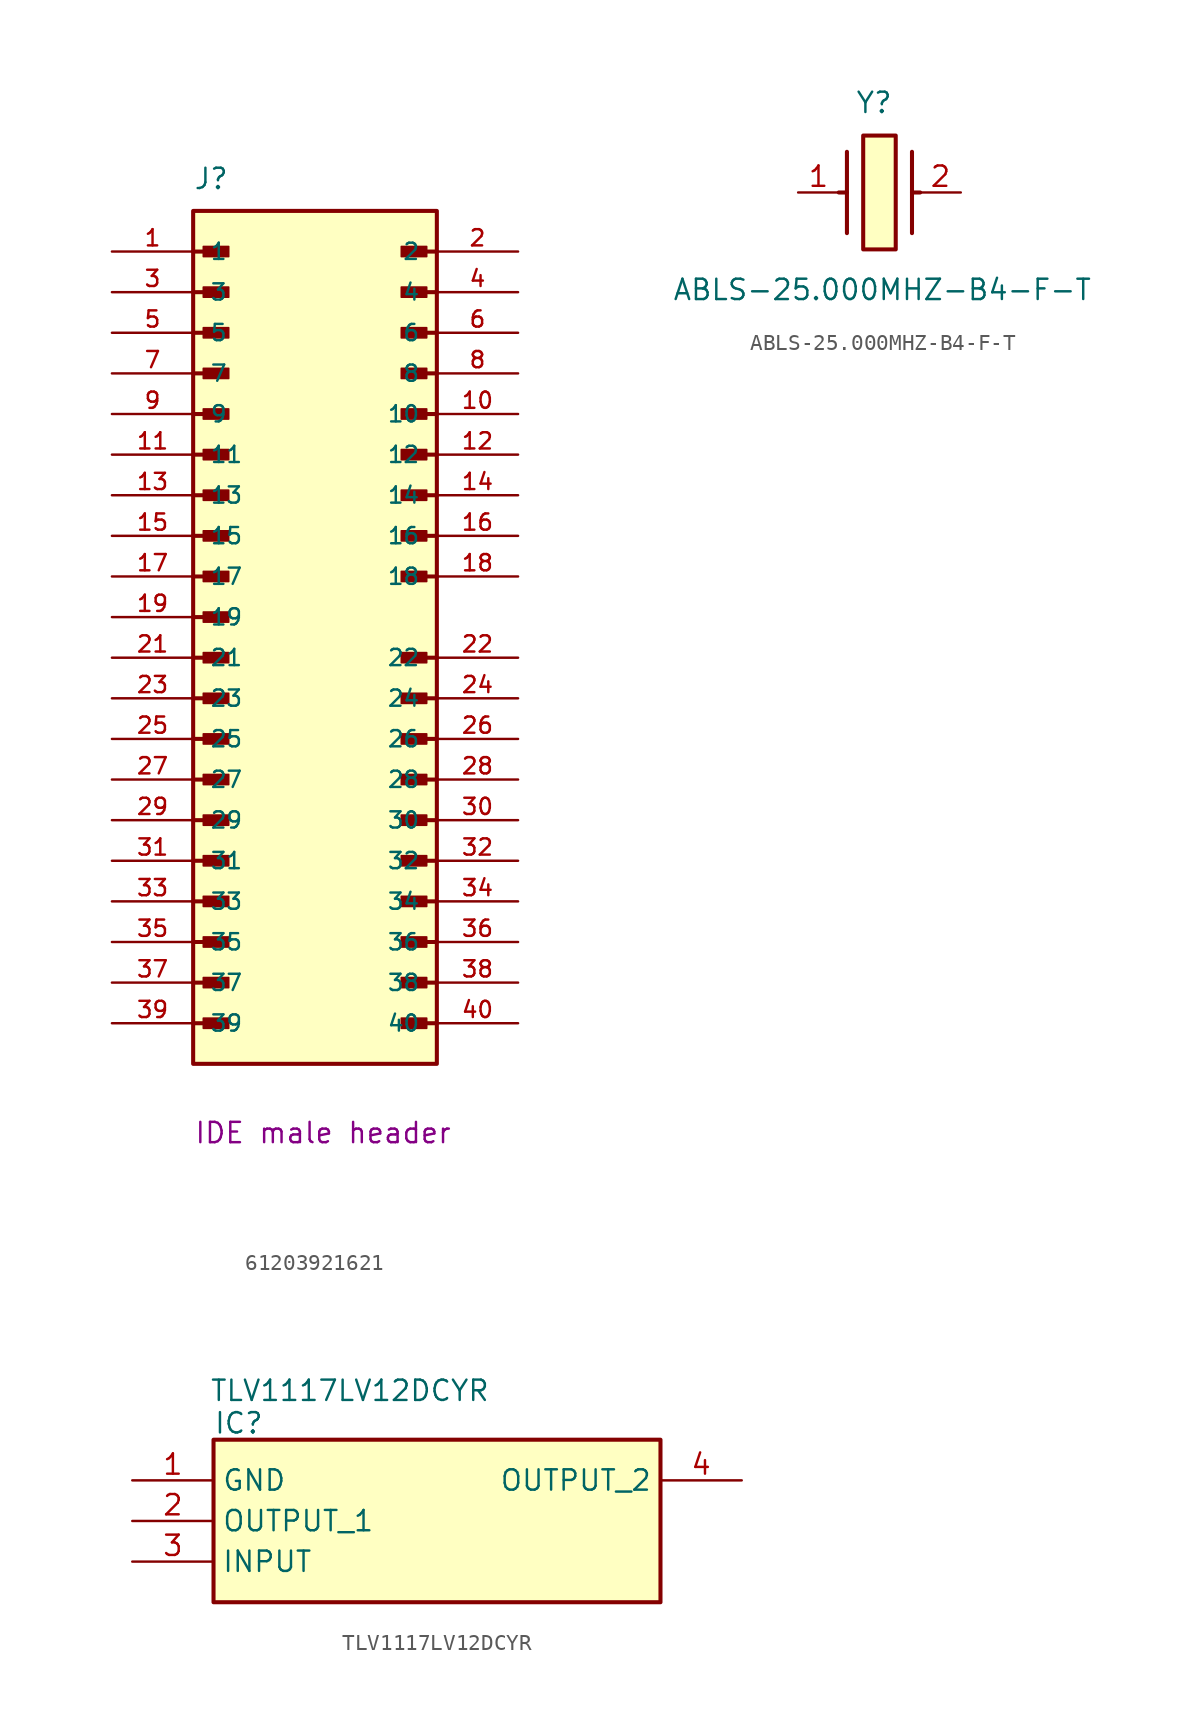
<source format=kicad_sym>
(kicad_symbol_lib
  (version 20231120)
  (generator "kicad_symbol_editor")
  (generator_version "8.0")
  (symbol "61203921621"
    (pin_names
      (offset 1.016))
    (property "Reference" "J"
      (at -7.62 26.67 0)
      (effects (font (size 1.27 1.27)) (justify left bottom)))
    (property "Description" "IDE male header"
      (at 0.508 -32.258 0)
      (effects (font (size 1.27 1.27))))
    (symbol "61203921621_0_0"
      (rectangle (start -7.62 25.4) (end 7.62 -27.94) (stroke (width 0.254) (type default)) (fill (type background)))
      (rectangle (start -6.985 -25.718) (end -5.397 -25.082) (stroke (width 0.1) (type default)) (fill (type outline)))
      (rectangle (start -6.985 -23.177) (end -5.397 -22.543) (stroke (width 0.1) (type default)) (fill (type outline)))
      (rectangle (start -6.985 -20.637) (end -5.397 -20.003) (stroke (width 0.1) (type default)) (fill (type outline)))
      (rectangle (start -6.985 -18.098) (end -5.397 -17.462) (stroke (width 0.1) (type default)) (fill (type outline)))
      (rectangle (start -6.985 -15.557) (end -5.397 -14.922) (stroke (width 0.1) (type default)) (fill (type outline)))
      (rectangle (start -6.985 -13.018) (end -5.397 -12.383) (stroke (width 0.1) (type default)) (fill (type outline)))
      (rectangle (start -6.985 -10.477) (end -5.397 -9.842) (stroke (width 0.1) (type default)) (fill (type outline)))
      (rectangle (start -6.985 -7.938) (end -5.397 -7.303) (stroke (width 0.1) (type default)) (fill (type outline)))
      (rectangle (start -6.985 -5.397) (end -5.397 -4.763) (stroke (width 0.1) (type default)) (fill (type outline)))
      (rectangle (start -6.985 -2.857) (end -5.397 -2.223) (stroke (width 0.1) (type default)) (fill (type outline)))
      (rectangle (start -6.985 -0.318) (end -5.397 0.318) (stroke (width 0.1) (type default)) (fill (type outline)))
      (rectangle (start -6.985 2.223) (end -5.397 2.857) (stroke (width 0.1) (type default)) (fill (type outline)))
      (rectangle (start -6.985 4.763) (end -5.397 5.397) (stroke (width 0.1) (type default)) (fill (type outline)))
      (rectangle (start -6.985 7.303) (end -5.397 7.938) (stroke (width 0.1) (type default)) (fill (type outline)))
      (rectangle (start -6.985 9.842) (end -5.397 10.477) (stroke (width 0.1) (type default)) (fill (type outline)))
      (rectangle (start -6.985 12.383) (end -5.397 13.018) (stroke (width 0.1) (type default)) (fill (type outline)))
      (rectangle (start -6.985 14.922) (end -5.397 15.557) (stroke (width 0.1) (type default)) (fill (type outline)))
      (rectangle (start -6.985 17.462) (end -5.397 18.098) (stroke (width 0.1) (type default)) (fill (type outline)))
      (rectangle (start -6.985 20.003) (end -5.397 20.637) (stroke (width 0.1) (type default)) (fill (type outline)))
      (rectangle (start -6.985 22.543) (end -5.397 23.177) (stroke (width 0.1) (type default)) (fill (type outline)))
      (polyline (pts (xy -7.62 -25.4) (xy -5.715 -25.4)) (stroke (width 0.254) (type default)) (fill (type none)))
      (polyline (pts (xy -7.62 -22.86) (xy -5.715 -22.86)) (stroke (width 0.254) (type default)) (fill (type none)))
      (polyline (pts (xy -7.62 -20.32) (xy -5.715 -20.32)) (stroke (width 0.254) (type default)) (fill (type none)))
      (polyline (pts (xy -7.62 -17.78) (xy -5.715 -17.78)) (stroke (width 0.254) (type default)) (fill (type none)))
      (polyline (pts (xy -7.62 -15.24) (xy -5.715 -15.24)) (stroke (width 0.254) (type default)) (fill (type none)))
      (polyline (pts (xy -7.62 -12.7) (xy -5.715 -12.7)) (stroke (width 0.254) (type default)) (fill (type none)))
      (polyline (pts (xy -7.62 -10.16) (xy -5.715 -10.16)) (stroke (width 0.254) (type default)) (fill (type none)))
      (polyline (pts (xy -7.62 -7.62) (xy -5.715 -7.62)) (stroke (width 0.254) (type default)) (fill (type none)))
      (polyline (pts (xy -7.62 -5.08) (xy -5.715 -5.08)) (stroke (width 0.254) (type default)) (fill (type none)))
      (polyline (pts (xy -7.62 -2.54) (xy -5.715 -2.54)) (stroke (width 0.254) (type default)) (fill (type none)))
      (polyline (pts (xy -7.62 0) (xy -5.715 0)) (stroke (width 0.254) (type default)) (fill (type none)))
      (polyline (pts (xy -7.62 2.54) (xy -5.715 2.54)) (stroke (width 0.254) (type default)) (fill (type none)))
      (polyline (pts (xy -7.62 5.08) (xy -5.715 5.08)) (stroke (width 0.254) (type default)) (fill (type none)))
      (polyline (pts (xy -7.62 7.62) (xy -5.715 7.62)) (stroke (width 0.254) (type default)) (fill (type none)))
      (polyline (pts (xy -7.62 10.16) (xy -5.715 10.16)) (stroke (width 0.254) (type default)) (fill (type none)))
      (polyline (pts (xy -7.62 12.7) (xy -5.715 12.7)) (stroke (width 0.254) (type default)) (fill (type none)))
      (polyline (pts (xy -7.62 15.24) (xy -5.715 15.24)) (stroke (width 0.254) (type default)) (fill (type none)))
      (polyline (pts (xy -7.62 17.78) (xy -5.715 17.78)) (stroke (width 0.254) (type default)) (fill (type none)))
      (polyline (pts (xy -7.62 20.32) (xy -5.715 20.32)) (stroke (width 0.254) (type default)) (fill (type none)))
      (polyline (pts (xy -7.62 22.86) (xy -5.715 22.86)) (stroke (width 0.254) (type default)) (fill (type none)))
      (polyline (pts (xy 7.62 -25.4) (xy 5.715 -25.4)) (stroke (width 0.254) (type default)) (fill (type none)))
      (polyline (pts (xy 7.62 -22.86) (xy 5.715 -22.86)) (stroke (width 0.254) (type default)) (fill (type none)))
      (polyline (pts (xy 7.62 -20.32) (xy 5.715 -20.32)) (stroke (width 0.254) (type default)) (fill (type none)))
      (polyline (pts (xy 7.62 -17.78) (xy 5.715 -17.78)) (stroke (width 0.254) (type default)) (fill (type none)))
      (polyline (pts (xy 7.62 -15.24) (xy 5.715 -15.24)) (stroke (width 0.254) (type default)) (fill (type none)))
      (polyline (pts (xy 7.62 -12.7) (xy 5.715 -12.7)) (stroke (width 0.254) (type default)) (fill (type none)))
      (polyline (pts (xy 7.62 -10.16) (xy 5.715 -10.16)) (stroke (width 0.254) (type default)) (fill (type none)))
      (polyline (pts (xy 7.62 -7.62) (xy 5.715 -7.62)) (stroke (width 0.254) (type default)) (fill (type none)))
      (polyline (pts (xy 7.62 -5.08) (xy 5.715 -5.08)) (stroke (width 0.254) (type default)) (fill (type none)))
      (polyline (pts (xy 7.62 -2.54) (xy 5.715 -2.54)) (stroke (width 0.254) (type default)) (fill (type none)))
      (polyline (pts (xy 7.62 2.54) (xy 5.715 2.54)) (stroke (width 0.254) (type default)) (fill (type none)))
      (polyline (pts (xy 7.62 5.08) (xy 5.715 5.08)) (stroke (width 0.254) (type default)) (fill (type none)))
      (polyline (pts (xy 7.62 7.62) (xy 5.715 7.62)) (stroke (width 0.254) (type default)) (fill (type none)))
      (polyline (pts (xy 7.62 10.16) (xy 5.715 10.16)) (stroke (width 0.254) (type default)) (fill (type none)))
      (polyline (pts (xy 7.62 12.7) (xy 5.715 12.7)) (stroke (width 0.254) (type default)) (fill (type none)))
      (polyline (pts (xy 7.62 15.24) (xy 5.715 15.24)) (stroke (width 0.254) (type default)) (fill (type none)))
      (polyline (pts (xy 7.62 17.78) (xy 5.715 17.78)) (stroke (width 0.254) (type default)) (fill (type none)))
      (polyline (pts (xy 7.62 20.32) (xy 5.715 20.32)) (stroke (width 0.254) (type default)) (fill (type none)))
      (polyline (pts (xy 7.62 22.86) (xy 5.715 22.86)) (stroke (width 0.254) (type default)) (fill (type none)))
      (rectangle (start 5.397 -25.718) (end 6.985 -25.082) (stroke (width 0.1) (type default)) (fill (type outline)))
      (rectangle (start 5.397 -23.177) (end 6.985 -22.543) (stroke (width 0.1) (type default)) (fill (type outline)))
      (rectangle (start 5.397 -20.637) (end 6.985 -20.003) (stroke (width 0.1) (type default)) (fill (type outline)))
      (rectangle (start 5.397 -18.098) (end 6.985 -17.462) (stroke (width 0.1) (type default)) (fill (type outline)))
      (rectangle (start 5.397 -15.557) (end 6.985 -14.922) (stroke (width 0.1) (type default)) (fill (type outline)))
      (rectangle (start 5.397 -13.018) (end 6.985 -12.383) (stroke (width 0.1) (type default)) (fill (type outline)))
      (rectangle (start 5.397 -10.477) (end 6.985 -9.842) (stroke (width 0.1) (type default)) (fill (type outline)))
      (rectangle (start 5.397 -7.938) (end 6.985 -7.303) (stroke (width 0.1) (type default)) (fill (type outline)))
      (rectangle (start 5.397 -5.397) (end 6.985 -4.763) (stroke (width 0.1) (type default)) (fill (type outline)))
      (rectangle (start 5.397 -2.857) (end 6.985 -2.223) (stroke (width 0.1) (type default)) (fill (type outline)))
      (rectangle (start 5.397 2.223) (end 6.985 2.857) (stroke (width 0.1) (type default)) (fill (type outline)))
      (rectangle (start 5.397 4.763) (end 6.985 5.397) (stroke (width 0.1) (type default)) (fill (type outline)))
      (rectangle (start 5.397 7.303) (end 6.985 7.938) (stroke (width 0.1) (type default)) (fill (type outline)))
      (rectangle (start 5.397 9.842) (end 6.985 10.477) (stroke (width 0.1) (type default)) (fill (type outline)))
      (rectangle (start 5.397 12.383) (end 6.985 13.018) (stroke (width 0.1) (type default)) (fill (type outline)))
      (rectangle (start 5.397 14.922) (end 6.985 15.557) (stroke (width 0.1) (type default)) (fill (type outline)))
      (rectangle (start 5.397 17.462) (end 6.985 18.098) (stroke (width 0.1) (type default)) (fill (type outline)))
      (rectangle (start 5.397 20.003) (end 6.985 20.637) (stroke (width 0.1) (type default)) (fill (type outline)))
      (rectangle (start 5.397 22.543) (end 6.985 23.177) (stroke (width 0.1) (type default)) (fill (type outline)))
      (pin passive line (at -12.7 22.86 0) (length 5.08) (name "1" (effects (font (size 1.016 1.016)))) (number "1" (effects (font (size 1.016 1.016)))))
      (pin passive line (at 12.7 12.7 180) (length 5.08) (name "10" (effects (font (size 1.016 1.016)))) (number "10" (effects (font (size 1.016 1.016)))))
      (pin passive line (at -12.7 10.16 0) (length 5.08) (name "11" (effects (font (size 1.016 1.016)))) (number "11" (effects (font (size 1.016 1.016)))))
      (pin passive line (at 12.7 10.16 180) (length 5.08) (name "12" (effects (font (size 1.016 1.016)))) (number "12" (effects (font (size 1.016 1.016)))))
      (pin passive line (at -12.7 7.62 0) (length 5.08) (name "13" (effects (font (size 1.016 1.016)))) (number "13" (effects (font (size 1.016 1.016)))))
      (pin passive line (at 12.7 7.62 180) (length 5.08) (name "14" (effects (font (size 1.016 1.016)))) (number "14" (effects (font (size 1.016 1.016)))))
      (pin passive line (at -12.7 5.08 0) (length 5.08) (name "15" (effects (font (size 1.016 1.016)))) (number "15" (effects (font (size 1.016 1.016)))))
      (pin passive line (at 12.7 5.08 180) (length 5.08) (name "16" (effects (font (size 1.016 1.016)))) (number "16" (effects (font (size 1.016 1.016)))))
      (pin passive line (at -12.7 2.54 0) (length 5.08) (name "17" (effects (font (size 1.016 1.016)))) (number "17" (effects (font (size 1.016 1.016)))))
      (pin passive line (at 12.7 2.54 180) (length 5.08) (name "18" (effects (font (size 1.016 1.016)))) (number "18" (effects (font (size 1.016 1.016)))))
      (pin passive line (at -12.7 0 0) (length 5.08) (name "19" (effects (font (size 1.016 1.016)))) (number "19" (effects (font (size 1.016 1.016)))))
      (pin passive line (at 12.7 22.86 180) (length 5.08) (name "2" (effects (font (size 1.016 1.016)))) (number "2" (effects (font (size 1.016 1.016)))))
      (pin passive line (at -12.7 -2.54 0) (length 5.08) (name "21" (effects (font (size 1.016 1.016)))) (number "21" (effects (font (size 1.016 1.016)))))
      (pin passive line (at 12.7 -2.54 180) (length 5.08) (name "22" (effects (font (size 1.016 1.016)))) (number "22" (effects (font (size 1.016 1.016)))))
      (pin passive line (at -12.7 -5.08 0) (length 5.08) (name "23" (effects (font (size 1.016 1.016)))) (number "23" (effects (font (size 1.016 1.016)))))
      (pin passive line (at 12.7 -5.08 180) (length 5.08) (name "24" (effects (font (size 1.016 1.016)))) (number "24" (effects (font (size 1.016 1.016)))))
      (pin passive line (at -12.7 -7.62 0) (length 5.08) (name "25" (effects (font (size 1.016 1.016)))) (number "25" (effects (font (size 1.016 1.016)))))
      (pin passive line (at 12.7 -7.62 180) (length 5.08) (name "26" (effects (font (size 1.016 1.016)))) (number "26" (effects (font (size 1.016 1.016)))))
      (pin passive line (at -12.7 -10.16 0) (length 5.08) (name "27" (effects (font (size 1.016 1.016)))) (number "27" (effects (font (size 1.016 1.016)))))
      (pin passive line (at 12.7 -10.16 180) (length 5.08) (name "28" (effects (font (size 1.016 1.016)))) (number "28" (effects (font (size 1.016 1.016)))))
      (pin passive line (at -12.7 -12.7 0) (length 5.08) (name "29" (effects (font (size 1.016 1.016)))) (number "29" (effects (font (size 1.016 1.016)))))
      (pin passive line (at -12.7 20.32 0) (length 5.08) (name "3" (effects (font (size 1.016 1.016)))) (number "3" (effects (font (size 1.016 1.016)))))
      (pin passive line (at 12.7 -12.7 180) (length 5.08) (name "30" (effects (font (size 1.016 1.016)))) (number "30" (effects (font (size 1.016 1.016)))))
      (pin passive line (at -12.7 -15.24 0) (length 5.08) (name "31" (effects (font (size 1.016 1.016)))) (number "31" (effects (font (size 1.016 1.016)))))
      (pin passive line (at 12.7 -15.24 180) (length 5.08) (name "32" (effects (font (size 1.016 1.016)))) (number "32" (effects (font (size 1.016 1.016)))))
      (pin passive line (at -12.7 -17.78 0) (length 5.08) (name "33" (effects (font (size 1.016 1.016)))) (number "33" (effects (font (size 1.016 1.016)))))
      (pin passive line (at 12.7 -17.78 180) (length 5.08) (name "34" (effects (font (size 1.016 1.016)))) (number "34" (effects (font (size 1.016 1.016)))))
      (pin passive line (at -12.7 -20.32 0) (length 5.08) (name "35" (effects (font (size 1.016 1.016)))) (number "35" (effects (font (size 1.016 1.016)))))
      (pin passive line (at 12.7 -20.32 180) (length 5.08) (name "36" (effects (font (size 1.016 1.016)))) (number "36" (effects (font (size 1.016 1.016)))))
      (pin passive line (at -12.7 -22.86 0) (length 5.08) (name "37" (effects (font (size 1.016 1.016)))) (number "37" (effects (font (size 1.016 1.016)))))
      (pin passive line (at 12.7 -22.86 180) (length 5.08) (name "38" (effects (font (size 1.016 1.016)))) (number "38" (effects (font (size 1.016 1.016)))))
      (pin passive line (at -12.7 -25.4 0) (length 5.08) (name "39" (effects (font (size 1.016 1.016)))) (number "39" (effects (font (size 1.016 1.016)))))
      (pin passive line (at 12.7 20.32 180) (length 5.08) (name "4" (effects (font (size 1.016 1.016)))) (number "4" (effects (font (size 1.016 1.016)))))
      (pin passive line (at 12.7 -25.4 180) (length 5.08) (name "40" (effects (font (size 1.016 1.016)))) (number "40" (effects (font (size 1.016 1.016)))))
      (pin passive line (at -12.7 17.78 0) (length 5.08) (name "5" (effects (font (size 1.016 1.016)))) (number "5" (effects (font (size 1.016 1.016)))))
      (pin passive line (at 12.7 17.78 180) (length 5.08) (name "6" (effects (font (size 1.016 1.016)))) (number "6" (effects (font (size 1.016 1.016)))))
      (pin passive line (at -12.7 15.24 0) (length 5.08) (name "7" (effects (font (size 1.016 1.016)))) (number "7" (effects (font (size 1.016 1.016)))))
      (pin passive line (at 12.7 15.24 180) (length 5.08) (name "8" (effects (font (size 1.016 1.016)))) (number "8" (effects (font (size 1.016 1.016)))))
      (pin passive line (at -12.7 12.7 0) (length 5.08) (name "9" (effects (font (size 1.016 1.016)))) (number "9" (effects (font (size 1.016 1.016)))))))
  (symbol "ABLS-25.000MHZ-B4-F-T"
    (pin_names hide)
    (property "Reference" "Y"
      (at 3.556 6.35 0)
      (effects (font (size 1.27 1.27)) (justify left top)))
    (property "Value" "ABLS-25.000MHZ-B4-F-T"
      (at -7.874 -5.334 0)
      (effects (font (size 1.27 1.27)) (justify left top)))
    (symbol "ABLS-25.000MHZ-B4-F-T_1_1"
      (polyline (pts (xy 3.048 0) (xy 2.54 0)) (stroke (width 0.254) (type default)) (fill (type none)))
      (polyline (pts (xy 3.048 2.54) (xy 3.048 -2.54)) (stroke (width 0.254) (type default)) (fill (type none)))
      (polyline (pts (xy 7.112 0) (xy 7.62 0)) (stroke (width 0.254) (type default)) (fill (type none)))
      (polyline (pts (xy 7.112 2.54) (xy 7.112 -2.54)) (stroke (width 0.254) (type default)) (fill (type none)))
      (rectangle (start 4.064 3.556) (end 6.096 -3.556) (stroke (width 0.254) (type default)) (fill (type background)))
      (pin passive line (at 0 0 0) (length 2.54) (name "1" (effects (font (size 1.27 1.27)))) (number "1" (effects (font (size 1.27 1.27)))))
      (pin passive line (at 10.16 0 180) (length 2.54) (name "2" (effects (font (size 1.27 1.27)))) (number "2" (effects (font (size 1.27 1.27)))))))
  (symbol "TLV1117LV12DCYR"
    (property "Reference" "IC"
      (at 5.08 4.318 0)
      (effects (font (size 1.27 1.27)) (justify left top)))
    (property "Value" "TLV1117LV12DCYR"
      (at 4.826 6.35 0)
      (effects (font (size 1.27 1.27)) (justify left top)))
    (symbol "TLV1117LV12DCYR_1_1"
      (rectangle (start 5.08 2.54) (end 33.02 -7.62) (stroke (width 0.254) (type default)) (fill (type background)))
      (pin passive line (at 0 0 0) (length 5.08) (name "GND" (effects (font (size 1.27 1.27)))) (number "1" (effects (font (size 1.27 1.27)))))
      (pin passive line (at 0 -2.54 0) (length 5.08) (name "OUTPUT_1" (effects (font (size 1.27 1.27)))) (number "2" (effects (font (size 1.27 1.27)))))
      (pin passive line (at 0 -5.08 0) (length 5.08) (name "INPUT" (effects (font (size 1.27 1.27)))) (number "3" (effects (font (size 1.27 1.27)))))
      (pin passive line (at 38.1 0 180) (length 5.08) (name "OUTPUT_2" (effects (font (size 1.27 1.27)))) (number "4" (effects (font (size 1.27 1.27))))))))
</source>
